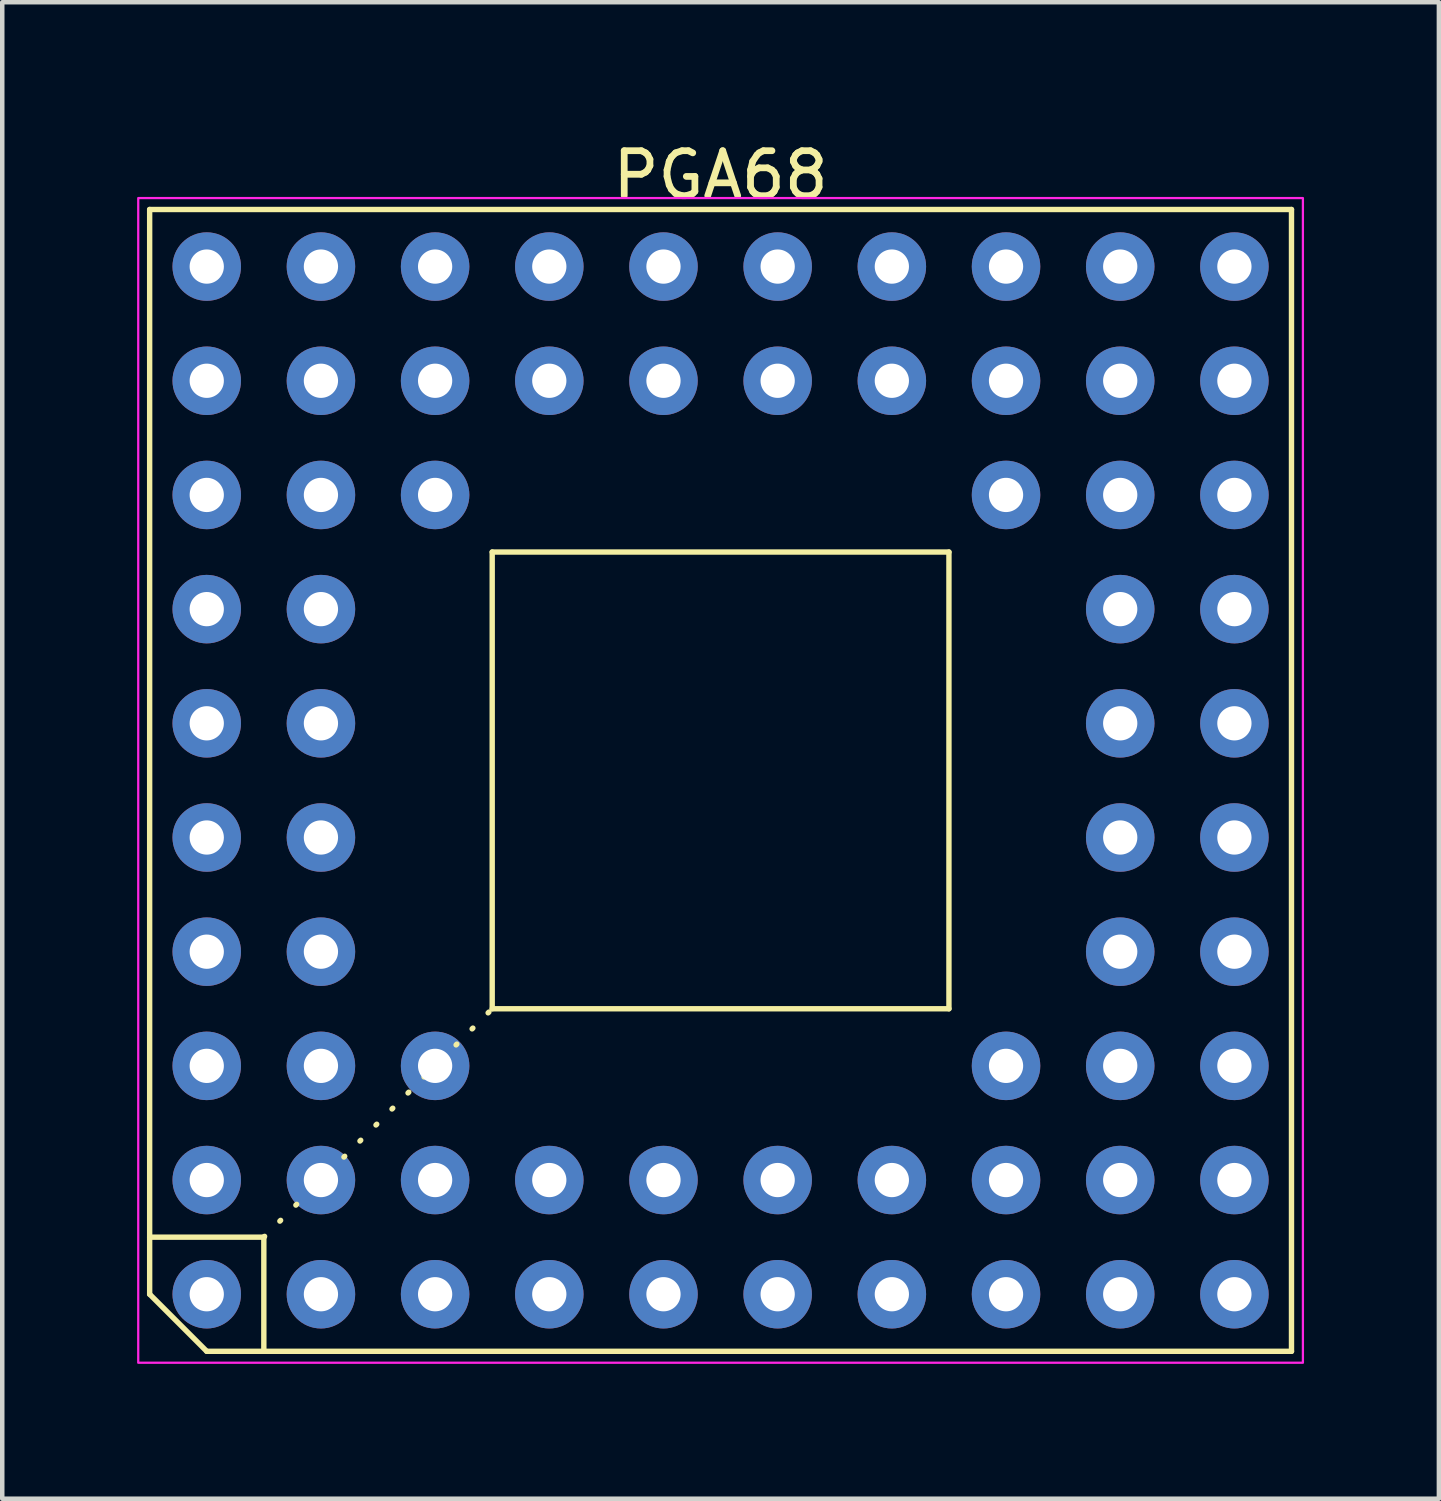
<source format=kicad_pcb>
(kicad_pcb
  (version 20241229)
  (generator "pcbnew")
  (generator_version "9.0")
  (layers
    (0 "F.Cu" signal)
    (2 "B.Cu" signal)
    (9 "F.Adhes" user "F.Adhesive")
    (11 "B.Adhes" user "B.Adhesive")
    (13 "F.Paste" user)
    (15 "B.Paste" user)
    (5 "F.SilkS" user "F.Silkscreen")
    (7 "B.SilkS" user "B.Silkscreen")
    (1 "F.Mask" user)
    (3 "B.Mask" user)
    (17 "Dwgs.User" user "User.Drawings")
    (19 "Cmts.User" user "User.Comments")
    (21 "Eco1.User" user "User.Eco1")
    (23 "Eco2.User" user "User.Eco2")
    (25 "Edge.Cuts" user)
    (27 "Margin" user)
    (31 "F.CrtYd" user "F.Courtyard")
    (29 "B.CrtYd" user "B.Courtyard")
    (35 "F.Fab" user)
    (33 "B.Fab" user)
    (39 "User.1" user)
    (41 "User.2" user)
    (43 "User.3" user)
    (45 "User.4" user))
  (footprint "PGA68"
    (layer "F.Cu")
    (at 12.979 14.31)
    (property "Reference" "PGA68" (at 0 -13.462 0) (layer "F.SilkS") (effects (font (size 1 1) (thickness 0.15))))
    (attr through_hole)
    (fp_line (start -12.7 -12.7) (end -12.7 11.43) (stroke (width 0.12) (type default)) (layer "F.SilkS"))
    (fp_line (start -12.7 10.16) (end -10.16 10.16) (stroke (width 0.12) (type default)) (layer "F.SilkS"))
    (fp_line (start -12.7 11.43) (end -11.43 12.7) (stroke (width 0.12) (type default)) (layer "F.SilkS"))
    (fp_line (start -11.43 12.7) (end 12.7 12.7) (stroke (width 0.12) (type default)) (layer "F.SilkS"))
    (fp_line (start -10.16 10.16) (end -10.16 12.7) (stroke (width 0.12) (type default)) (layer "F.SilkS"))
    (fp_line (start -10.16 10.16) (end -5.08 5.08) (stroke (width 0.12) (type dot)) (layer "F.SilkS"))
    (fp_line (start -5.08 -5.08) (end 5.08 -5.08) (stroke (width 0.12) (type default)) (layer "F.SilkS"))
    (fp_line (start -5.08 5.08) (end -5.08 -5.08) (stroke (width 0.12) (type default)) (layer "F.SilkS"))
    (fp_line (start 5.08 -5.08) (end 5.08 5.08) (stroke (width 0.12) (type default)) (layer "F.SilkS"))
    (fp_line (start 5.08 5.08) (end -5.08 5.08) (stroke (width 0.12) (type default)) (layer "F.SilkS"))
    (fp_line (start 12.7 -12.7) (end -12.7 -12.7) (stroke (width 0.12) (type default)) (layer "F.SilkS"))
    (fp_line (start 12.7 12.7) (end 12.7 -12.7) (stroke (width 0.12) (type default)) (layer "F.SilkS"))
    (fp_rect (start -12.954 -12.954) (end 12.954 12.954) (stroke (width 0.05) (type default)) (fill no) (layer "F.CrtYd"))
    (pad "A1" thru_hole circle (at -11.43 11.43) (size 1.524 1.524) (drill 0.762) (layers "*.Cu" "*.Mask"))
    (pad "A2" thru_hole circle (at -8.89 11.43) (size 1.524 1.524) (drill 0.762) (layers "*.Cu" "*.Mask"))
    (pad "A3" thru_hole circle (at -6.35 11.43) (size 1.524 1.524) (drill 0.762) (layers "*.Cu" "*.Mask"))
    (pad "A4" thru_hole circle (at -3.81 11.43) (size 1.524 1.524) (drill 0.762) (layers "*.Cu" "*.Mask"))
    (pad "A5" thru_hole circle (at -1.27 11.43) (size 1.524 1.524) (drill 0.762) (layers "*.Cu" "*.Mask"))
    (pad "A6" thru_hole circle (at 1.27 11.43) (size 1.524 1.524) (drill 0.762) (layers "*.Cu" "*.Mask"))
    (pad "A7" thru_hole circle (at 3.81 11.43) (size 1.524 1.524) (drill 0.762) (layers "*.Cu" "*.Mask"))
    (pad "A8" thru_hole circle (at 6.35 11.43) (size 1.524 1.524) (drill 0.762) (layers "*.Cu" "*.Mask"))
    (pad "A9" thru_hole circle (at 8.89 11.43) (size 1.524 1.524) (drill 0.762) (layers "*.Cu" "*.Mask"))
    (pad "A10" thru_hole circle (at 11.43 11.43) (size 1.524 1.524) (drill 0.762) (layers "*.Cu" "*.Mask"))
    (pad "B1" thru_hole circle (at -11.43 8.89) (size 1.524 1.524) (drill 0.762) (layers "*.Cu" "*.Mask"))
    (pad "B2" thru_hole circle (at -8.89 8.89) (size 1.524 1.524) (drill 0.762) (layers "*.Cu" "*.Mask"))
    (pad "B3" thru_hole circle (at -6.35 8.89) (size 1.524 1.524) (drill 0.762) (layers "*.Cu" "*.Mask"))
    (pad "B4" thru_hole circle (at -3.81 8.89) (size 1.524 1.524) (drill 0.762) (layers "*.Cu" "*.Mask"))
    (pad "B5" thru_hole circle (at -1.27 8.89) (size 1.524 1.524) (drill 0.762) (layers "*.Cu" "*.Mask"))
    (pad "B6" thru_hole circle (at 1.27 8.89) (size 1.524 1.524) (drill 0.762) (layers "*.Cu" "*.Mask"))
    (pad "B7" thru_hole circle (at 3.81 8.89) (size 1.524 1.524) (drill 0.762) (layers "*.Cu" "*.Mask"))
    (pad "B8" thru_hole circle (at 6.35 8.89) (size 1.524 1.524) (drill 0.762) (layers "*.Cu" "*.Mask"))
    (pad "B9" thru_hole circle (at 8.89 8.89) (size 1.524 1.524) (drill 0.762) (layers "*.Cu" "*.Mask"))
    (pad "B10" thru_hole circle (at 11.43 8.89) (size 1.524 1.524) (drill 0.762) (layers "*.Cu" "*.Mask"))
    (pad "C1" thru_hole circle (at -11.43 6.35) (size 1.524 1.524) (drill 0.762) (layers "*.Cu" "*.Mask"))
    (pad "C2" thru_hole circle (at -8.89 6.35) (size 1.524 1.524) (drill 0.762) (layers "*.Cu" "*.Mask"))
    (pad "C3" thru_hole circle (at -6.35 6.35) (size 1.524 1.524) (drill 0.762) (layers "*.Cu" "*.Mask"))
    (pad "C8" thru_hole circle (at 6.35 6.35) (size 1.524 1.524) (drill 0.762) (layers "*.Cu" "*.Mask"))
    (pad "C9" thru_hole circle (at 8.89 6.35) (size 1.524 1.524) (drill 0.762) (layers "*.Cu" "*.Mask"))
    (pad "C10" thru_hole circle (at 11.43 6.35) (size 1.524 1.524) (drill 0.762) (layers "*.Cu" "*.Mask"))
    (pad "D1" thru_hole circle (at -11.43 3.81) (size 1.524 1.524) (drill 0.762) (layers "*.Cu" "*.Mask"))
    (pad "D2" thru_hole circle (at -8.89 3.81) (size 1.524 1.524) (drill 0.762) (layers "*.Cu" "*.Mask"))
    (pad "D9" thru_hole circle (at 8.89 3.81) (size 1.524 1.524) (drill 0.762) (layers "*.Cu" "*.Mask"))
    (pad "D10" thru_hole circle (at 11.43 3.81) (size 1.524 1.524) (drill 0.762) (layers "*.Cu" "*.Mask"))
    (pad "E1" thru_hole circle (at -11.43 1.27) (size 1.524 1.524) (drill 0.762) (layers "*.Cu" "*.Mask"))
    (pad "E2" thru_hole circle (at -8.89 1.27) (size 1.524 1.524) (drill 0.762) (layers "*.Cu" "*.Mask"))
    (pad "E9" thru_hole circle (at 8.89 1.27) (size 1.524 1.524) (drill 0.762) (layers "*.Cu" "*.Mask"))
    (pad "E10" thru_hole circle (at 11.43 1.27) (size 1.524 1.524) (drill 0.762) (layers "*.Cu" "*.Mask"))
    (pad "F1" thru_hole circle (at -11.43 -1.27) (size 1.524 1.524) (drill 0.762) (layers "*.Cu" "*.Mask"))
    (pad "F2" thru_hole circle (at -8.89 -1.27) (size 1.524 1.524) (drill 0.762) (layers "*.Cu" "*.Mask"))
    (pad "F9" thru_hole circle (at 8.89 -1.27) (size 1.524 1.524) (drill 0.762) (layers "*.Cu" "*.Mask"))
    (pad "F10" thru_hole circle (at 11.43 -1.27) (size 1.524 1.524) (drill 0.762) (layers "*.Cu" "*.Mask"))
    (pad "G1" thru_hole circle (at -11.43 -3.81) (size 1.524 1.524) (drill 0.762) (layers "*.Cu" "*.Mask"))
    (pad "G2" thru_hole circle (at -8.89 -3.81) (size 1.524 1.524) (drill 0.762) (layers "*.Cu" "*.Mask"))
    (pad "G9" thru_hole circle (at 8.89 -3.81) (size 1.524 1.524) (drill 0.762) (layers "*.Cu" "*.Mask"))
    (pad "G10" thru_hole circle (at 11.43 -3.81) (size 1.524 1.524) (drill 0.762) (layers "*.Cu" "*.Mask"))
    (pad "H1" thru_hole circle (at -11.43 -6.35) (size 1.524 1.524) (drill 0.762) (layers "*.Cu" "*.Mask"))
    (pad "H2" thru_hole circle (at -8.89 -6.35) (size 1.524 1.524) (drill 0.762) (layers "*.Cu" "*.Mask"))
    (pad "H3" thru_hole circle (at -6.35 -6.35) (size 1.524 1.524) (drill 0.762) (layers "*.Cu" "*.Mask"))
    (pad "H8" thru_hole circle (at 6.35 -6.35) (size 1.524 1.524) (drill 0.762) (layers "*.Cu" "*.Mask"))
    (pad "H9" thru_hole circle (at 8.89 -6.35) (size 1.524 1.524) (drill 0.762) (layers "*.Cu" "*.Mask"))
    (pad "H10" thru_hole circle (at 11.43 -6.35) (size 1.524 1.524) (drill 0.762) (layers "*.Cu" "*.Mask"))
    (pad "J1" thru_hole circle (at -11.43 -8.89) (size 1.524 1.524) (drill 0.762) (layers "*.Cu" "*.Mask"))
    (pad "J2" thru_hole circle (at -8.89 -8.89) (size 1.524 1.524) (drill 0.762) (layers "*.Cu" "*.Mask"))
    (pad "J3" thru_hole circle (at -6.35 -8.89) (size 1.524 1.524) (drill 0.762) (layers "*.Cu" "*.Mask"))
    (pad "J4" thru_hole circle (at -3.81 -8.89) (size 1.524 1.524) (drill 0.762) (layers "*.Cu" "*.Mask"))
    (pad "J5" thru_hole circle (at -1.27 -8.89) (size 1.524 1.524) (drill 0.762) (layers "*.Cu" "*.Mask"))
    (pad "J6" thru_hole circle (at 1.27 -8.89) (size 1.524 1.524) (drill 0.762) (layers "*.Cu" "*.Mask"))
    (pad "J7" thru_hole circle (at 3.81 -8.89) (size 1.524 1.524) (drill 0.762) (layers "*.Cu" "*.Mask"))
    (pad "J8" thru_hole circle (at 6.35 -8.89) (size 1.524 1.524) (drill 0.762) (layers "*.Cu" "*.Mask"))
    (pad "J9" thru_hole circle (at 8.89 -8.89) (size 1.524 1.524) (drill 0.762) (layers "*.Cu" "*.Mask"))
    (pad "J10" thru_hole circle (at 11.43 -8.89) (size 1.524 1.524) (drill 0.762) (layers "*.Cu" "*.Mask"))
    (pad "K1" thru_hole circle (at -11.43 -11.43) (size 1.524 1.524) (drill 0.762) (layers "*.Cu" "*.Mask"))
    (pad "K2" thru_hole circle (at -8.89 -11.43) (size 1.524 1.524) (drill 0.762) (layers "*.Cu" "*.Mask"))
    (pad "K3" thru_hole circle (at -6.35 -11.43) (size 1.524 1.524) (drill 0.762) (layers "*.Cu" "*.Mask"))
    (pad "K4" thru_hole circle (at -3.81 -11.43) (size 1.524 1.524) (drill 0.762) (layers "*.Cu" "*.Mask"))
    (pad "K5" thru_hole circle (at -1.27 -11.43) (size 1.524 1.524) (drill 0.762) (layers "*.Cu" "*.Mask"))
    (pad "K6" thru_hole circle (at 1.27 -11.43) (size 1.524 1.524) (drill 0.762) (layers "*.Cu" "*.Mask"))
    (pad "K7" thru_hole circle (at 3.81 -11.43) (size 1.524 1.524) (drill 0.762) (layers "*.Cu" "*.Mask"))
    (pad "K8" thru_hole circle (at 6.35 -11.43) (size 1.524 1.524) (drill 0.762) (layers "*.Cu" "*.Mask"))
    (pad "K9" thru_hole circle (at 8.89 -11.43) (size 1.524 1.524) (drill 0.762) (layers "*.Cu" "*.Mask"))
    (pad "K10" thru_hole circle (at 11.43 -11.43) (size 1.524 1.524) (drill 0.762) (layers "*.Cu" "*.Mask")))
  (gr_rect
    (start -3 -3)
    (end 28.958 30.289)
    (stroke (width 0.1) (type default))
    (fill no)
    (layer "Edge.Cuts")))
</source>
